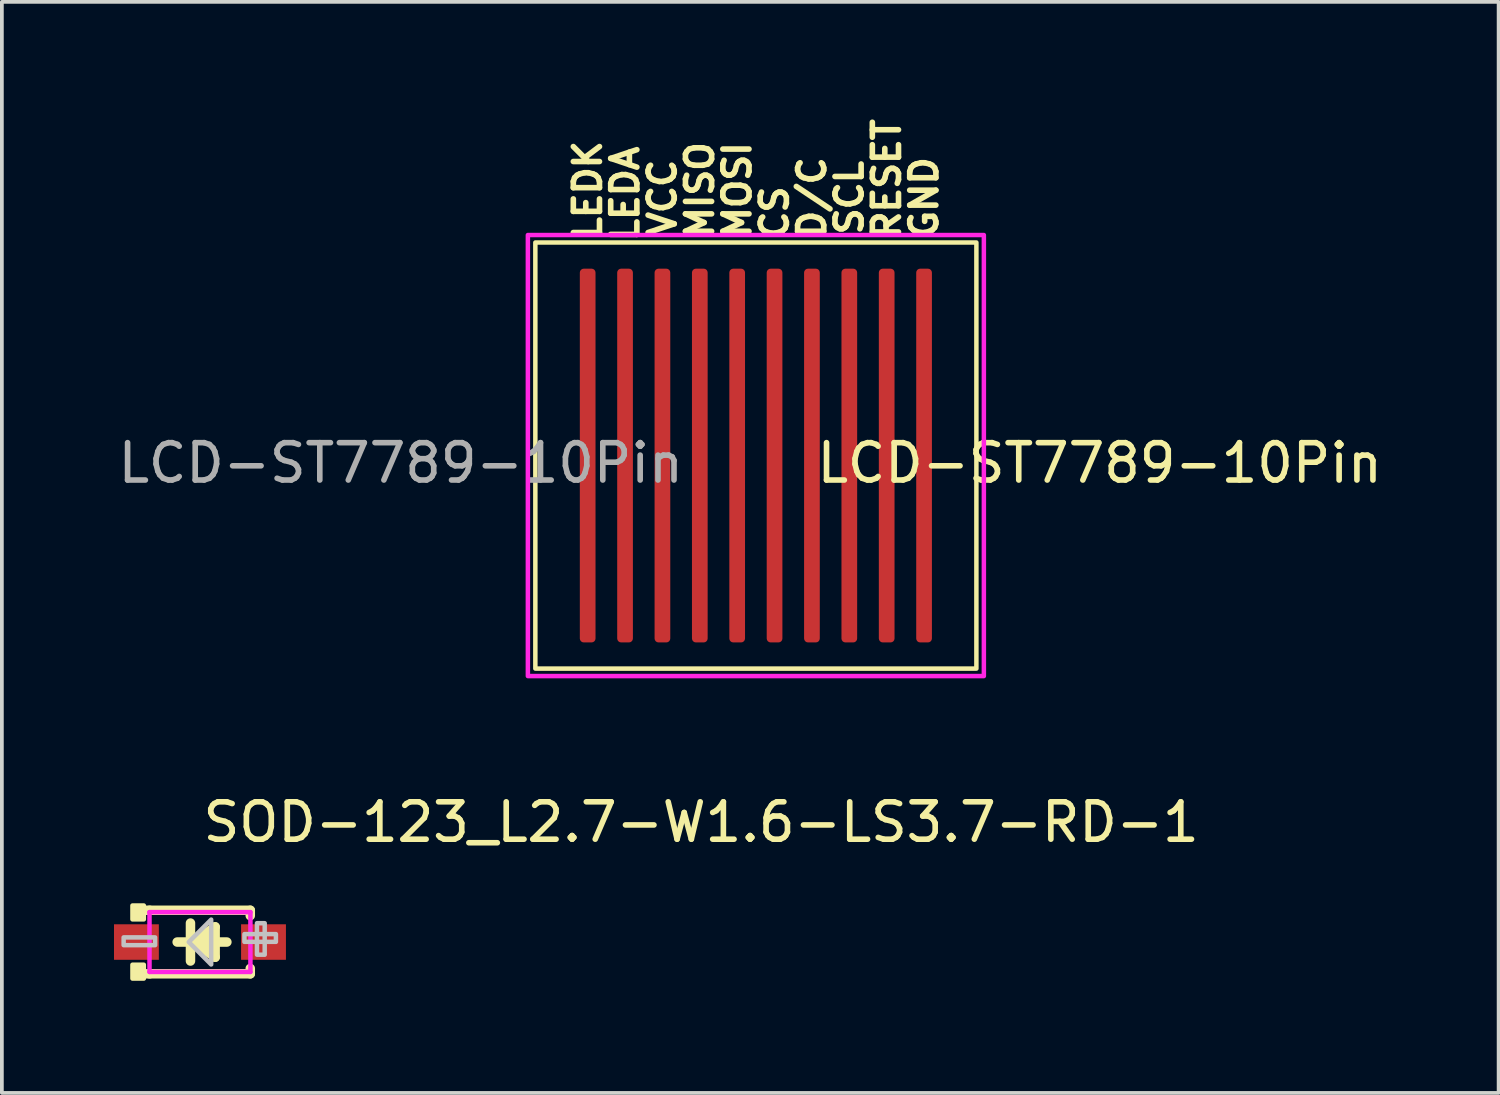
<source format=kicad_pcb>
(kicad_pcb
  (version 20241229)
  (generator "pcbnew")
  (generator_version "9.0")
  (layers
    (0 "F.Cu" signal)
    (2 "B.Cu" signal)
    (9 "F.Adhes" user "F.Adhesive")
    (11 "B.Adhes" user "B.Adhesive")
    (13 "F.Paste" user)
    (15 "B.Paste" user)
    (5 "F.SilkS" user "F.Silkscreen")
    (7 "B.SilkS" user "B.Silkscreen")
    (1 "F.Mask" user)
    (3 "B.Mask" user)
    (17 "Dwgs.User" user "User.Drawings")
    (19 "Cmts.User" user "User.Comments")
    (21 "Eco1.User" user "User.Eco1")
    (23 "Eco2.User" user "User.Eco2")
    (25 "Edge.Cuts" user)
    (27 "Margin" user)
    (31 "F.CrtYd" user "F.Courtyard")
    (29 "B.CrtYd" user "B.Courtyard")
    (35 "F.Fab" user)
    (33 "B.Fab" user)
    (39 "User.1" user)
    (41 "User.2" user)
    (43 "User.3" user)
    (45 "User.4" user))
  (footprint "LCD-ST7789-10Pin"
    (layer "F.Cu")
    (at 17.173 9.438)
    (property "Reference" "LCD-ST7789-10Pin" (at 9.2 -0.1 0) (unlocked yes) (layer "F.SilkS") (effects (font (size 1 1) (thickness 0.15))))
    (attr smd)
    (fp_rect (start -5.9 -6) (end 5.9 5.4) (stroke (width 0.12) (type solid)) (fill no) (layer "F.SilkS"))
    (fp_rect (start -6.1 -6.2) (end 6.1 5.6) (stroke (width 0.12) (type solid)) (fill no) (layer "F.CrtYd"))
    (fp_text user "LEDK" (at -4.5 -7.4 90) (unlocked yes) (layer "F.SilkS") (effects (font (size 0.7 0.7) (thickness 0.15))))
    (fp_text user "MOSI" (at -0.5 -7.4 90) (unlocked yes) (layer "F.SilkS") (effects (font (size 0.7 0.7) (thickness 0.15))))
    (fp_text user "D/C" (at 1.5 -7.2 90) (unlocked yes) (layer "F.SilkS") (effects (font (size 0.7 0.7) (thickness 0.15))))
    (fp_text user "GND" (at 4.5 -7.2 90) (unlocked yes) (layer "F.SilkS") (effects (font (size 0.7 0.7) (thickness 0.15))))
    (fp_text user "VCC" (at -2.5 -7.2 90) (unlocked yes) (layer "F.SilkS") (effects (font (size 0.7 0.7) (thickness 0.15))))
    (fp_text user "CS" (at 0.5 -6.8 90) (unlocked yes) (layer "F.SilkS") (effects (font (size 0.7 0.7) (thickness 0.15))))
    (fp_text user "RESET" (at 3.5 -7.7 90) (unlocked yes) (layer "F.SilkS") (effects (font (size 0.7 0.7) (thickness 0.15))))
    (fp_text user "MISO" (at -1.5 -7.4 90) (unlocked yes) (layer "F.SilkS") (effects (font (size 0.7 0.7) (thickness 0.15))))
    (fp_text user "LEDA" (at -3.5 -7.3 90) (unlocked yes) (layer "F.SilkS") (effects (font (size 0.7 0.7) (thickness 0.15))))
    (fp_text user "SCL" (at 2.5 -7.2 90) (unlocked yes) (layer "F.SilkS") (effects (font (size 0.7 0.7) (thickness 0.15))))
    (fp_text user "${REFERENCE}" (at -9.5 -0.1 0) (unlocked yes) (layer "F.Fab") (effects (font (size 1 1) (thickness 0.15))))
    (pad "1" smd roundrect (at 4.5 -0.3 180) (size 0.42 10) (layers "F.Cu" "F.Mask" "F.Paste") (roundrect_rratio 0.25))
    (pad "2" smd roundrect (at 3.5 -0.3 180) (size 0.42 10) (layers "F.Cu" "F.Mask" "F.Paste") (roundrect_rratio 0.25))
    (pad "3" smd roundrect (at 2.5 -0.3 180) (size 0.42 10) (layers "F.Cu" "F.Mask" "F.Paste") (roundrect_rratio 0.25))
    (pad "4" smd roundrect (at 1.5 -0.3 180) (size 0.42 10) (layers "F.Cu" "F.Mask" "F.Paste") (roundrect_rratio 0.25))
    (pad "5" smd roundrect (at 0.5 -0.3 180) (size 0.42 10) (layers "F.Cu" "F.Mask" "F.Paste") (roundrect_rratio 0.25))
    (pad "6" smd roundrect (at -0.5 -0.3 180) (size 0.42 10) (layers "F.Cu" "F.Mask" "F.Paste") (roundrect_rratio 0.25))
    (pad "7" smd roundrect (at -1.5 -0.3 180) (size 0.42 10) (layers "F.Cu" "F.Mask" "F.Paste") (roundrect_rratio 0.25))
    (pad "8" smd roundrect (at -2.5 -0.3 180) (size 0.42 10) (layers "F.Cu" "F.Mask" "F.Paste") (roundrect_rratio 0.25))
    (pad "9" smd roundrect (at -3.5 -0.3 180) (size 0.42 10) (layers "F.Cu" "F.Mask" "F.Paste") (roundrect_rratio 0.25))
    (pad "10" smd roundrect (at -4.5 -0.3 180) (size 0.42 10) (layers "F.Cu" "F.Mask" "F.Paste") (roundrect_rratio 0.25)))
  (footprint "SOD-123_L2.7-W1.6-LS3.7-RD-1"
    (layer "F.Cu")
    (at 2.3 22.154)
    (property "Reference" "SOD-123_L2.7-W1.6-LS3.7-RD-1" (at 0 -3.207 0) (layer "F.SilkS") (effects (font (size 1 1) (thickness 0.15)) (justify left)))
    (attr through_hole)
    (fp_line (start -1.643 -0.85) (end -1.644 -0.849) (stroke (width 0.254) (type solid)) (layer "F.SilkS"))
    (fp_line (start -1.638 0.85) (end -1.639 0.849) (stroke (width 0.254) (type solid)) (layer "F.SilkS"))
    (fp_line (start -1.346 -0.85) (end -1.643 -0.85) (stroke (width 0.254) (type solid)) (layer "F.SilkS"))
    (fp_line (start -1.346 -0.85) (end 1.346 -0.85) (stroke (width 0.254) (type solid)) (layer "F.SilkS"))
    (fp_line (start -1.346 0.85) (end -1.638 0.85) (stroke (width 0.254) (type solid)) (layer "F.SilkS"))
    (fp_line (start -0.28 0) (end -0.61 0) (stroke (width 0.254) (type solid)) (layer "F.SilkS"))
    (fp_line (start -0.254 -0.508) (end -0.254 0.508) (stroke (width 0.254) (type solid)) (layer "F.SilkS"))
    (fp_line (start -0.178 0) (end 0.406 -0.406) (stroke (width 0.254) (type solid)) (layer "F.SilkS"))
    (fp_line (start 0.406 -0.406) (end 0.406 0.406) (stroke (width 0.254) (type solid)) (layer "F.SilkS"))
    (fp_line (start 0.406 0) (end 0.72 0) (stroke (width 0.254) (type solid)) (layer "F.SilkS"))
    (fp_line (start 0.406 0.406) (end -0.178 0) (stroke (width 0.254) (type solid)) (layer "F.SilkS"))
    (fp_line (start 1.346 -0.85) (end 1.346 -0.706) (stroke (width 0.254) (type solid)) (layer "F.SilkS"))
    (fp_line (start 1.346 0.706) (end 1.346 0.85) (stroke (width 0.254) (type solid)) (layer "F.SilkS"))
    (fp_line (start 1.346 0.85) (end -1.346 0.85) (stroke (width 0.254) (type solid)) (layer "F.SilkS"))
    (fp_poly (pts (xy 0.406 0.406) (xy 0.406 -0.406) (xy -0.178 0)) (stroke (width 0.12) (type solid)) (fill yes) (layer "F.SilkS"))
    (fp_poly (pts (xy -1.502 -0.977) (xy -1.502 -0.607) (xy -1.806 -0.607) (xy -1.806 -0.977)) (stroke (width 0.12) (type solid)) (fill yes) (layer "F.SilkS"))
    (fp_poly (pts (xy -1.502 0.977) (xy -1.502 0.607) (xy -1.806 0.607) (xy -1.806 0.977)) (stroke (width 0.12) (type solid)) (fill yes) (layer "F.SilkS"))
    (fp_poly (pts (xy -0.3 0) (xy 0.3 0.6) (xy 0.3 -0.6)) (stroke (width 0.12) (type solid)) (fill no) (layer "Dwgs.User"))
    (fp_poly (pts (xy -2.042 -0.124) (xy -1.2 -0.124) (xy -1.2 0.083) (xy -2.042 0.083)) (stroke (width 0.12) (type solid)) (fill no) (layer "Dwgs.User"))
    (fp_poly (pts (xy 1.19 -0.212) (xy 2.032 -0.212) (xy 2.032 -0.005) (xy 1.189 -0.005)) (stroke (width 0.12) (type solid)) (fill no) (layer "Dwgs.User"))
    (fp_poly (pts (xy 1.525 0.338) (xy 1.525 -0.504) (xy 1.732 -0.504) (xy 1.732 0.339)) (stroke (width 0.12) (type solid)) (fill no) (layer "Dwgs.User"))
    (fp_line (start -1.51 -0.275) (end -1.34 -0.275) (stroke (width 0.12) (type solid)) (layer "Eco2.User"))
    (fp_line (start -1.51 0.275) (end -1.51 -0.275) (stroke (width 0.12) (type solid)) (layer "Eco2.User"))
    (fp_line (start -1.34 -0.275) (end -1.34 0.275) (stroke (width 0.12) (type solid)) (layer "Eco2.User"))
    (fp_line (start -1.34 0.275) (end -1.51 0.275) (stroke (width 0.12) (type solid)) (layer "Eco2.User"))
    (fp_line (start 1.34 -0.275) (end 1.51 -0.275) (stroke (width 0.12) (type solid)) (layer "Eco2.User"))
    (fp_line (start 1.34 0.275) (end 1.34 -0.275) (stroke (width 0.12) (type solid)) (layer "Eco2.User"))
    (fp_line (start 1.51 -0.275) (end 1.51 0.275) (stroke (width 0.12) (type solid)) (layer "Eco2.User"))
    (fp_line (start 1.51 0.275) (end 1.34 0.275) (stroke (width 0.12) (type solid)) (layer "Eco2.User"))
    (fp_circle (center -1.85 0.8) (end -1.82 0.8) (stroke (width 0.06) (type solid)) (fill no) (layer "Eco2.User"))
    (fp_poly (pts (xy -1.85 0.275) (xy -1.85 -0.275) (xy -1.5 -0.275) (xy -1.5 0.275)) (stroke (width 0.12) (type solid)) (fill no) (layer "Eco2.User"))
    (fp_poly (pts (xy 1.5 0.275) (xy 1.5 -0.275) (xy 1.85 -0.275) (xy 1.85 0.275)) (stroke (width 0.12) (type solid)) (fill no) (layer "Eco2.User"))
    (fp_line (start -1.35 -0.8) (end 1.35 -0.8) (stroke (width 0.12) (type solid)) (layer "F.CrtYd"))
    (fp_line (start -1.35 0.8) (end -1.35 -0.8) (stroke (width 0.12) (type solid)) (layer "F.CrtYd"))
    (fp_line (start 1.35 -0.8) (end 1.35 0.8) (stroke (width 0.12) (type solid)) (layer "F.CrtYd"))
    (fp_line (start 1.35 0.8) (end -1.35 0.8) (stroke (width 0.12) (type solid)) (layer "F.CrtYd"))
    (pad "1" smd rect (at -1.7 0) (size 1.2 0.95) (layers "F.Cu" "F.Mask" "F.Paste"))
    (pad "2" smd rect (at 1.7 0) (size 1.2 0.95) (layers "F.Cu" "F.Mask" "F.Paste")))
  (gr_rect
    (start -3 -3)
    (end 37.045 26.191)
    (stroke (width 0.1) (type default))
    (fill no)
    (layer "Edge.Cuts")))
</source>
